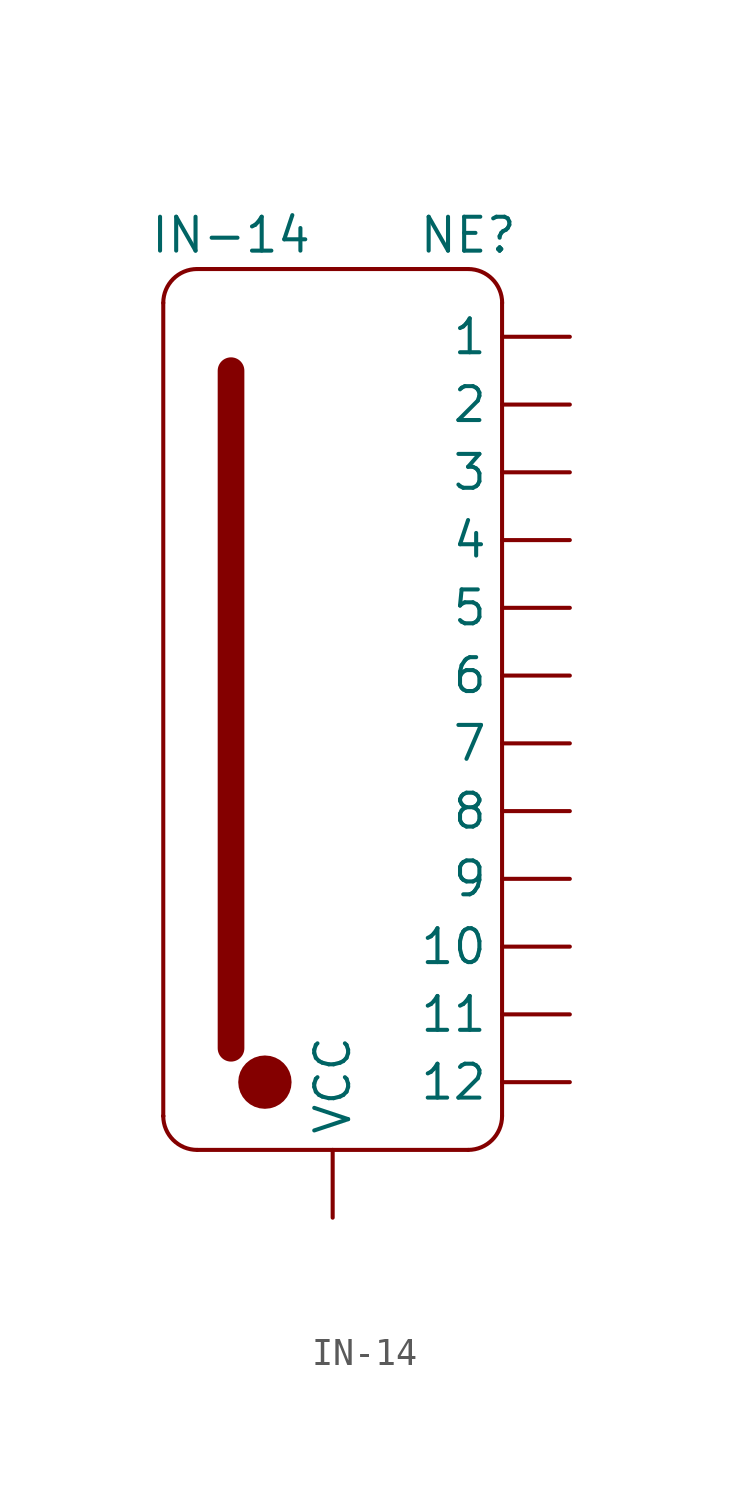
<source format=kicad_sym>
(kicad_symbol_lib
  (version 20220914)
  (generator kicad_symbol_editor)
  (symbol "IN-14"
    (property "Reference" "NE"
      (at 5.08 16.51 0)
      (effects (font (size 1.27 1.27))))
    (property "Value" "IN-14"
      (at -3.81 16.51 0)
      (effects (font (size 1.27 1.27))))
    (symbol "IN-14_0_1"
      (arc (start -6.35 -16.51) (mid -5.978 -17.408) (end -5.08 -17.78) (stroke (width 0) (type default)) (fill (type none)))
      (arc (start -5.08 15.24) (mid -5.978 14.868) (end -6.35 13.97) (stroke (width 0) (type default)) (fill (type none)))
      (circle (center -2.54 -15.24) (radius 0.0001) (stroke (width 1) (type default)) (fill (type none)))
      (polyline (pts (xy -6.35 -16.51) (xy -6.35 -16.51)) (stroke (width 0) (type default)) (fill (type none)))
      (polyline (pts (xy -6.35 -16.51) (xy -6.35 13.97)) (stroke (width 0) (type default)) (fill (type none)))
      (polyline (pts (xy -5.08 15.24) (xy 5.08 15.24)) (stroke (width 0) (type default)) (fill (type none)))
      (polyline (pts (xy -3.81 -13.97) (xy -3.81 11.43)) (stroke (width 1) (type default)) (fill (type none)))
      (polyline (pts (xy 5.08 -17.78) (xy -5.08 -17.78)) (stroke (width 0) (type default)) (fill (type none)))
      (polyline (pts (xy 6.35 13.97) (xy 6.35 -16.51)) (stroke (width 0) (type default)) (fill (type none)))
      (arc (start 5.08 -17.78) (mid 5.978 -17.408) (end 6.35 -16.51) (stroke (width 0) (type default)) (fill (type none)))
      (arc (start 6.35 13.97) (mid 5.978 14.868) (end 5.08 15.24) (stroke (width 0) (type default)) (fill (type none))))
    (symbol "IN-14_1_1"
      (pin power_out line (at 8.89 12.7 180) (length 2.54) (name "1" (effects (font (size 1.27 1.27)))) (number "" (effects (font (size 1.27 1.27)))))
      (pin power_out line (at 8.89 -10.16 180) (length 2.54) (name "10" (effects (font (size 1.27 1.27)))) (number "" (effects (font (size 1.27 1.27)))))
      (pin power_out line (at 8.89 -12.7 180) (length 2.54) (name "11" (effects (font (size 1.27 1.27)))) (number "" (effects (font (size 1.27 1.27)))))
      (pin power_out line (at 8.89 -15.24 180) (length 2.54) (name "12" (effects (font (size 1.27 1.27)))) (number "" (effects (font (size 1.27 1.27)))))
      (pin power_out line (at 8.89 10.16 180) (length 2.54) (name "2" (effects (font (size 1.27 1.27)))) (number "" (effects (font (size 1.27 1.27)))))
      (pin power_out line (at 8.89 7.62 180) (length 2.54) (name "3" (effects (font (size 1.27 1.27)))) (number "" (effects (font (size 1.27 1.27)))))
      (pin power_out line (at 8.89 5.08 180) (length 2.54) (name "4" (effects (font (size 1.27 1.27)))) (number "" (effects (font (size 1.27 1.27)))))
      (pin power_out line (at 8.89 2.54 180) (length 2.54) (name "5" (effects (font (size 1.27 1.27)))) (number "" (effects (font (size 1.27 1.27)))))
      (pin power_out line (at 8.89 0 180) (length 2.54) (name "6" (effects (font (size 1.27 1.27)))) (number "" (effects (font (size 1.27 1.27)))))
      (pin power_out line (at 8.89 -2.54 180) (length 2.54) (name "7" (effects (font (size 1.27 1.27)))) (number "" (effects (font (size 1.27 1.27)))))
      (pin power_out line (at 8.89 -5.08 180) (length 2.54) (name "8" (effects (font (size 1.27 1.27)))) (number "" (effects (font (size 1.27 1.27)))))
      (pin power_out line (at 8.89 -7.62 180) (length 2.54) (name "9" (effects (font (size 1.27 1.27)))) (number "" (effects (font (size 1.27 1.27)))))
      (pin power_in line (at 0 -20.32 90) (length 2.54) (name "VCC" (effects (font (size 1.27 1.27)))) (number "" (effects (font (size 1.27 1.27))))))))
</source>
